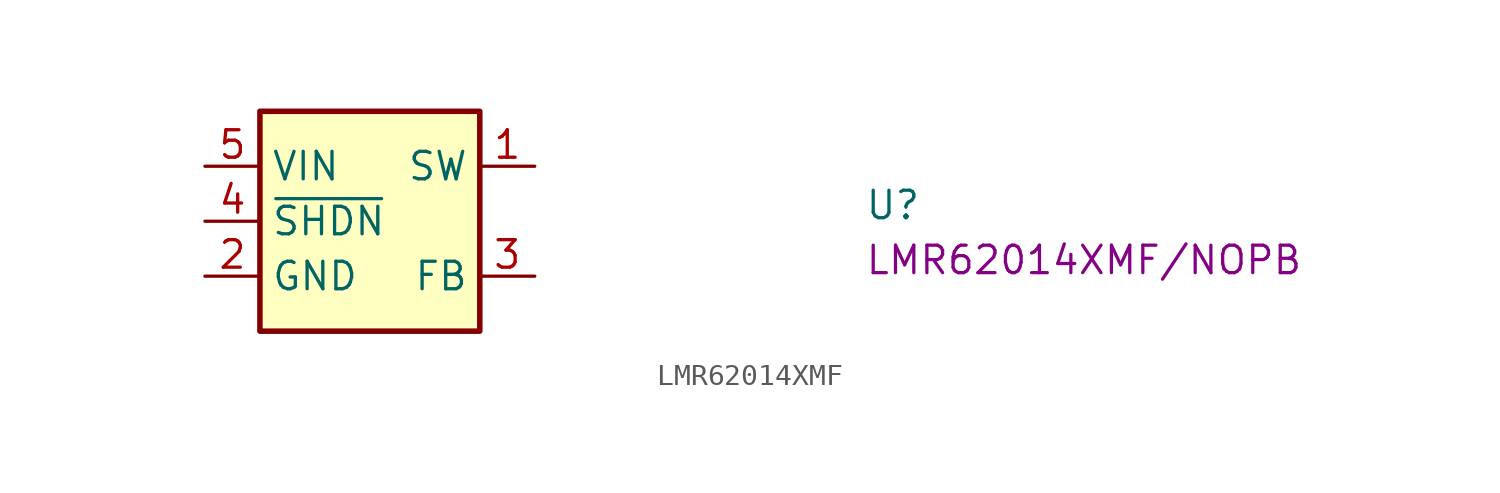
<source format=kicad_sym>
(kicad_symbol_lib
  (version 20220914)
  (generator kicad_symbol_editor)
  (symbol "LMR62014XMF"
    (property "Reference" "U"
      (at 30.48 -2.54 0)
      (effects (font (size 1.27 1.27) (thickness 0.15)) (justify left bottom)))
    (property "MPN" "LMR62014XMF/NOPB"
      (at 30.48 -5.08 0)
      (effects (font (size 1.27 1.27) (thickness 0.15)) (justify left bottom)))
    (symbol "LMR62014XMF_1_1"
      (rectangle (start 2.54 2.54) (end 12.7 -7.62) (stroke (width 0.254) (type default)) (fill (type background)))
      (pin power_out line (at 15.24 0 180) (length 2.54) (name "SW" (effects (font (size 1.27 1.27)))) (number "1" (effects (font (size 1.27 1.27)))))
      (pin power_in line (at 0 -5.08 0) (length 2.54) (name "GND" (effects (font (size 1.27 1.27)))) (number "2" (effects (font (size 1.27 1.27)))))
      (pin input line (at 15.24 -5.08 180) (length 2.54) (name "FB" (effects (font (size 1.27 1.27)))) (number "3" (effects (font (size 1.27 1.27)))))
      (pin input line (at 0 -2.54 0) (length 2.54) (name "~{SHDN}" (effects (font (size 1.27 1.27)))) (number "4" (effects (font (size 1.27 1.27)))))
      (pin power_in line (at 0 0 0) (length 2.54) (name "VIN" (effects (font (size 1.27 1.27)))) (number "5" (effects (font (size 1.27 1.27))))))))
</source>
